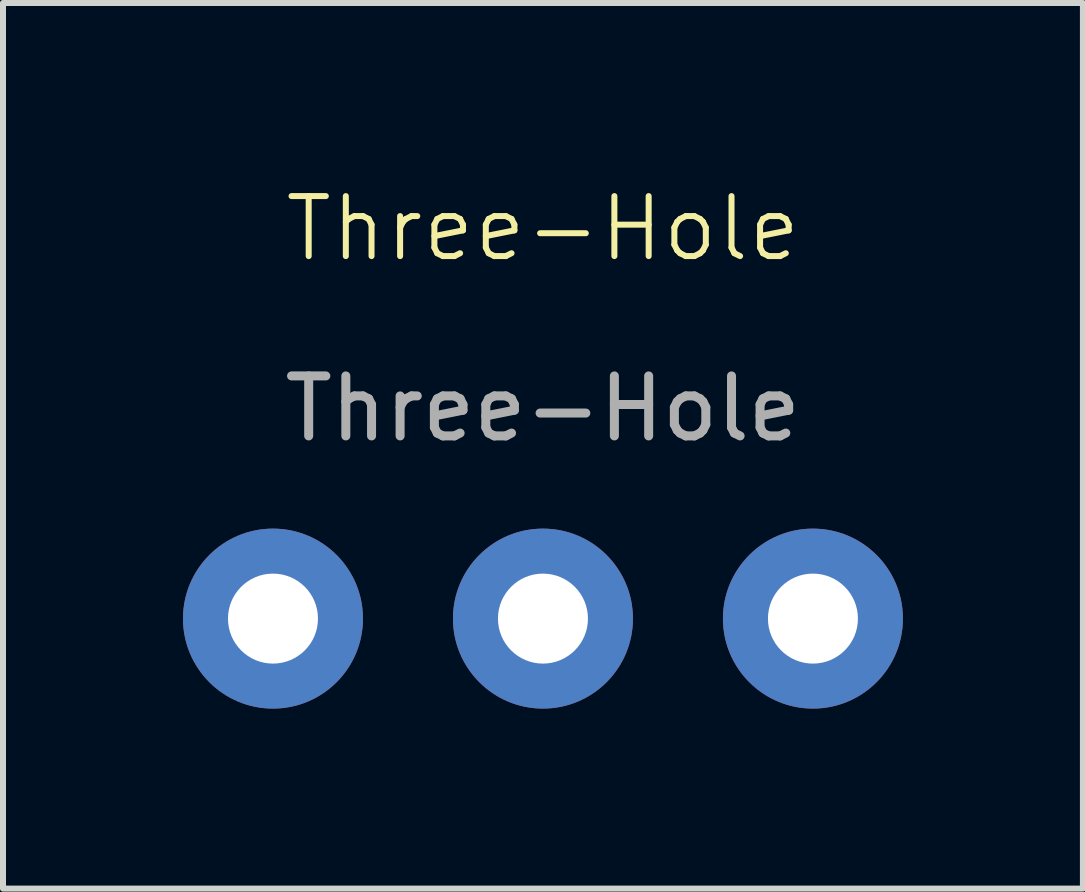
<source format=kicad_pcb>
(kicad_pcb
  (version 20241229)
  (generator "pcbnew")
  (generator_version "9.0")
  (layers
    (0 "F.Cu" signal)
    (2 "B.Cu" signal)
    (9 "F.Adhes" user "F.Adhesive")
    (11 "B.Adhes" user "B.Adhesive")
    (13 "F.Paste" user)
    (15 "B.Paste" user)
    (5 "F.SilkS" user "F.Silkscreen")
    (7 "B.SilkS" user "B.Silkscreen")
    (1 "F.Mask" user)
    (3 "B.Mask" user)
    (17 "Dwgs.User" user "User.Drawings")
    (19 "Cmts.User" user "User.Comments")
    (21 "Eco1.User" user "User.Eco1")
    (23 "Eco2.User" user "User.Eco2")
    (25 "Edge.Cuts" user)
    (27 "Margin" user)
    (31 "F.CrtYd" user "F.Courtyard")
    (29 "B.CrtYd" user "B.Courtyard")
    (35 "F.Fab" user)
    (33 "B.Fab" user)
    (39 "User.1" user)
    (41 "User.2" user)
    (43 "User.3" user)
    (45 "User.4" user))
  (footprint "Three-Hole"
    (layer "F.Cu")
    (at 6 7.261)
    (property "Reference" "Three-Hole" (at 0 -6.5 0) (unlocked yes) (layer "F.SilkS") (effects (font (size 1 1) (thickness 0.1))))
    (attr through_hole)
    (fp_text user "${REFERENCE}" (at 0 -3.5 0) (unlocked yes) (layer "F.Fab") (effects (font (size 1 1) (thickness 0.15))))
    (pad "1" thru_hole circle (at -4.5 0) (size 3 3) (drill 1.5) (layers "*.Cu" "*.Mask"))
    (pad "2" thru_hole circle (at 0 0) (size 3 3) (drill 1.5) (layers "*.Cu" "*.Mask"))
    (pad "3" thru_hole circle (at 4.5 0) (size 3 3) (drill 1.5) (layers "*.Cu" "*.Mask")))
  (gr_rect
    (start -3 -3)
    (end 15 11.761)
    (stroke (width 0.1) (type default))
    (fill no)
    (layer "Edge.Cuts")))
</source>
